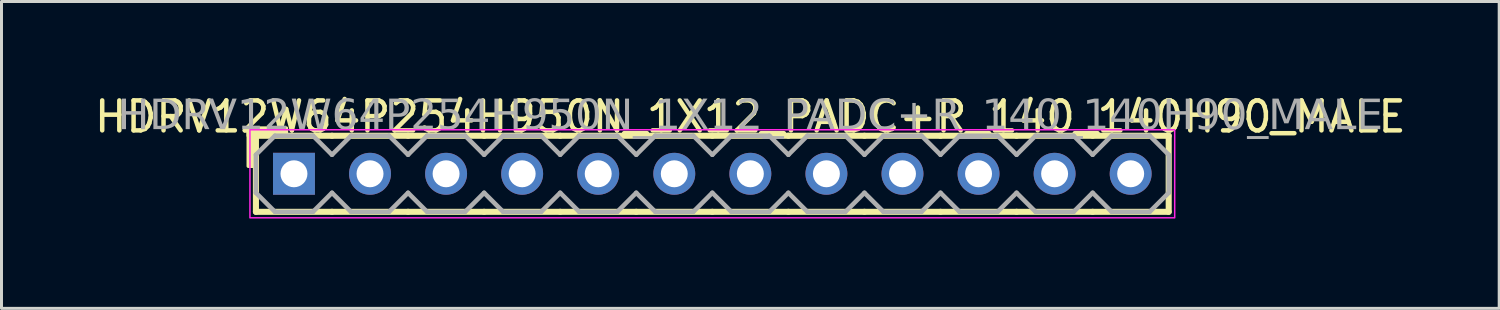
<source format=kicad_pcb>
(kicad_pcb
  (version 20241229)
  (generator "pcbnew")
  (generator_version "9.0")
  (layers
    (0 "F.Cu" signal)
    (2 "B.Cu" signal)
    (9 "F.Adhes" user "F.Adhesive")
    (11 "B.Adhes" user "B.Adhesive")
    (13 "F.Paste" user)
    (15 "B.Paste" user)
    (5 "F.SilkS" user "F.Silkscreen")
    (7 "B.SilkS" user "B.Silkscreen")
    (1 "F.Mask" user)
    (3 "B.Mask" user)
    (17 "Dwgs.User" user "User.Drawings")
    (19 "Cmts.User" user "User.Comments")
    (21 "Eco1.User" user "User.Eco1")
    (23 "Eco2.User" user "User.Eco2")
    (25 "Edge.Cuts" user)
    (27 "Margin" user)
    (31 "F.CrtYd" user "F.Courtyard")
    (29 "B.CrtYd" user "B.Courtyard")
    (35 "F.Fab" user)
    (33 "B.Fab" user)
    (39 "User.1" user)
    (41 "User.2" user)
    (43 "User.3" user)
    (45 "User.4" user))
  (footprint "HDRV12W64P254H950N_1X12_PADC+R_140_140H90_MALE"
    (layer "F.Cu")
    (at 20.736 2.753)
    (property "Reference" "HDRV12W64P254H950N_1X12_PADC+R_140_140H90_MALE" (at 1.27 -1.905 0) (layer "F.SilkS") (effects (font (size 1 1) (thickness 0.15))))
    (attr through_hole)
    (fp_line (start -15.24 1.27) (end -15.24 -1.27) (stroke (width 0.203) (type solid)) (layer "F.SilkS"))
    (fp_line (start -12.7 -1.27) (end -15.24 -1.27) (stroke (width 0.203) (type solid)) (layer "F.SilkS"))
    (fp_line (start -12.7 1.27) (end -15.24 1.27) (stroke (width 0.203) (type solid)) (layer "F.SilkS"))
    (fp_line (start -10.16 -1.27) (end -12.7 -1.27) (stroke (width 0.203) (type solid)) (layer "F.SilkS"))
    (fp_line (start -10.16 1.27) (end -12.7 1.27) (stroke (width 0.203) (type solid)) (layer "F.SilkS"))
    (fp_line (start -7.62 -1.27) (end -10.16 -1.27) (stroke (width 0.203) (type solid)) (layer "F.SilkS"))
    (fp_line (start -7.62 1.27) (end -10.16 1.27) (stroke (width 0.203) (type solid)) (layer "F.SilkS"))
    (fp_line (start -5.08 -1.27) (end -7.62 -1.27) (stroke (width 0.203) (type solid)) (layer "F.SilkS"))
    (fp_line (start -5.08 1.27) (end -7.62 1.27) (stroke (width 0.203) (type solid)) (layer "F.SilkS"))
    (fp_line (start -2.54 -1.27) (end -5.08 -1.27) (stroke (width 0.203) (type solid)) (layer "F.SilkS"))
    (fp_line (start -2.54 1.27) (end -5.08 1.27) (stroke (width 0.203) (type solid)) (layer "F.SilkS"))
    (fp_line (start 0 -1.27) (end -2.54 -1.27) (stroke (width 0.203) (type solid)) (layer "F.SilkS"))
    (fp_line (start 0 1.27) (end -2.54 1.27) (stroke (width 0.203) (type solid)) (layer "F.SilkS"))
    (fp_line (start 2.54 -1.27) (end 0 -1.27) (stroke (width 0.203) (type solid)) (layer "F.SilkS"))
    (fp_line (start 2.54 1.27) (end 0 1.27) (stroke (width 0.203) (type solid)) (layer "F.SilkS"))
    (fp_line (start 5.08 -1.27) (end 2.54 -1.27) (stroke (width 0.203) (type solid)) (layer "F.SilkS"))
    (fp_line (start 5.08 1.27) (end 2.54 1.27) (stroke (width 0.203) (type solid)) (layer "F.SilkS"))
    (fp_line (start 7.62 -1.27) (end 5.08 -1.27) (stroke (width 0.203) (type solid)) (layer "F.SilkS"))
    (fp_line (start 7.62 1.27) (end 5.08 1.27) (stroke (width 0.203) (type solid)) (layer "F.SilkS"))
    (fp_line (start 10.16 -1.27) (end 7.62 -1.27) (stroke (width 0.203) (type solid)) (layer "F.SilkS"))
    (fp_line (start 10.16 1.27) (end 7.62 1.27) (stroke (width 0.203) (type solid)) (layer "F.SilkS"))
    (fp_line (start 12.7 -1.27) (end 10.16 -1.27) (stroke (width 0.203) (type solid)) (layer "F.SilkS"))
    (fp_line (start 12.7 1.27) (end 10.16 1.27) (stroke (width 0.203) (type solid)) (layer "F.SilkS"))
    (fp_line (start 15.24 -1.27) (end 12.7 -1.27) (stroke (width 0.203) (type solid)) (layer "F.SilkS"))
    (fp_line (start 15.24 1.27) (end 12.7 1.27) (stroke (width 0.203) (type solid)) (layer "F.SilkS"))
    (fp_line (start 15.24 1.27) (end 15.24 -1.27) (stroke (width 0.203) (type solid)) (layer "F.SilkS"))
    (fp_rect (start -15.494 -0.254) (end -15.24 -1.524) (stroke (width 0.12) (type solid)) (fill yes) (layer "F.SilkS"))
    (fp_rect (start -14.224 -1.27) (end -15.494 -1.524) (stroke (width 0.12) (type solid)) (fill yes) (layer "F.SilkS"))
    (fp_rect (start -15.44 -1.47) (end 15.44 1.47) (stroke (width 0.05) (type default)) (fill no) (layer "F.CrtYd"))
    (fp_line (start -15.24 -0.635) (end -15.24 0.635) (stroke (width 0.152) (type solid)) (layer "F.Fab"))
    (fp_line (start -15.24 -0.635) (end -14.605 -1.27) (stroke (width 0.152) (type solid)) (layer "F.Fab"))
    (fp_line (start -14.605 -1.27) (end -13.335 -1.27) (stroke (width 0.152) (type solid)) (layer "F.Fab"))
    (fp_line (start -14.605 1.27) (end -15.24 0.635) (stroke (width 0.152) (type solid)) (layer "F.Fab"))
    (fp_line (start -13.335 -1.27) (end -12.7 -0.635) (stroke (width 0.152) (type solid)) (layer "F.Fab"))
    (fp_line (start -13.335 1.27) (end -14.605 1.27) (stroke (width 0.152) (type solid)) (layer "F.Fab"))
    (fp_line (start -12.7 -0.635) (end -12.065 -1.27) (stroke (width 0.152) (type solid)) (layer "F.Fab"))
    (fp_line (start -12.7 0.635) (end -13.335 1.27) (stroke (width 0.152) (type solid)) (layer "F.Fab"))
    (fp_line (start -12.065 -1.27) (end -10.795 -1.27) (stroke (width 0.152) (type solid)) (layer "F.Fab"))
    (fp_line (start -12.065 1.27) (end -12.7 0.635) (stroke (width 0.152) (type solid)) (layer "F.Fab"))
    (fp_line (start -10.795 -1.27) (end -10.16 -0.635) (stroke (width 0.152) (type solid)) (layer "F.Fab"))
    (fp_line (start -10.795 1.27) (end -12.065 1.27) (stroke (width 0.152) (type solid)) (layer "F.Fab"))
    (fp_line (start -10.16 -0.635) (end -9.525 -1.27) (stroke (width 0.152) (type solid)) (layer "F.Fab"))
    (fp_line (start -10.16 0.635) (end -10.795 1.27) (stroke (width 0.152) (type solid)) (layer "F.Fab"))
    (fp_line (start -9.525 -1.27) (end -8.255 -1.27) (stroke (width 0.152) (type solid)) (layer "F.Fab"))
    (fp_line (start -9.525 1.27) (end -10.16 0.635) (stroke (width 0.152) (type solid)) (layer "F.Fab"))
    (fp_line (start -8.255 -1.27) (end -7.62 -0.635) (stroke (width 0.152) (type solid)) (layer "F.Fab"))
    (fp_line (start -8.255 1.27) (end -9.525 1.27) (stroke (width 0.152) (type solid)) (layer "F.Fab"))
    (fp_line (start -7.62 -0.635) (end -6.985 -1.27) (stroke (width 0.152) (type solid)) (layer "F.Fab"))
    (fp_line (start -7.62 0.635) (end -8.255 1.27) (stroke (width 0.152) (type solid)) (layer "F.Fab"))
    (fp_line (start -6.985 -1.27) (end -5.715 -1.27) (stroke (width 0.152) (type solid)) (layer "F.Fab"))
    (fp_line (start -6.985 1.27) (end -7.62 0.635) (stroke (width 0.152) (type solid)) (layer "F.Fab"))
    (fp_line (start -5.715 -1.27) (end -5.08 -0.635) (stroke (width 0.152) (type solid)) (layer "F.Fab"))
    (fp_line (start -5.715 1.27) (end -6.985 1.27) (stroke (width 0.152) (type solid)) (layer "F.Fab"))
    (fp_line (start -5.08 -0.635) (end -4.445 -1.27) (stroke (width 0.152) (type solid)) (layer "F.Fab"))
    (fp_line (start -5.08 0.635) (end -5.715 1.27) (stroke (width 0.152) (type solid)) (layer "F.Fab"))
    (fp_line (start -4.445 -1.27) (end -3.175 -1.27) (stroke (width 0.152) (type solid)) (layer "F.Fab"))
    (fp_line (start -4.445 1.27) (end -5.08 0.635) (stroke (width 0.152) (type solid)) (layer "F.Fab"))
    (fp_line (start -3.175 -1.27) (end -2.54 -0.635) (stroke (width 0.152) (type solid)) (layer "F.Fab"))
    (fp_line (start -3.175 1.27) (end -4.445 1.27) (stroke (width 0.152) (type solid)) (layer "F.Fab"))
    (fp_line (start -2.54 -0.635) (end -1.905 -1.27) (stroke (width 0.152) (type solid)) (layer "F.Fab"))
    (fp_line (start -2.54 0.635) (end -3.175 1.27) (stroke (width 0.152) (type solid)) (layer "F.Fab"))
    (fp_line (start -1.905 -1.27) (end -0.635 -1.27) (stroke (width 0.152) (type solid)) (layer "F.Fab"))
    (fp_line (start -1.905 1.27) (end -2.54 0.635) (stroke (width 0.152) (type solid)) (layer "F.Fab"))
    (fp_line (start -0.635 -1.27) (end 0 -0.635) (stroke (width 0.152) (type solid)) (layer "F.Fab"))
    (fp_line (start -0.635 1.27) (end -1.905 1.27) (stroke (width 0.152) (type solid)) (layer "F.Fab"))
    (fp_line (start 0 -0.635) (end 0.635 -1.27) (stroke (width 0.152) (type solid)) (layer "F.Fab"))
    (fp_line (start 0 0.635) (end -0.635 1.27) (stroke (width 0.152) (type solid)) (layer "F.Fab"))
    (fp_line (start 0.635 -1.27) (end 1.905 -1.27) (stroke (width 0.152) (type solid)) (layer "F.Fab"))
    (fp_line (start 0.635 1.27) (end 0 0.635) (stroke (width 0.152) (type solid)) (layer "F.Fab"))
    (fp_line (start 1.905 -1.27) (end 2.54 -0.635) (stroke (width 0.152) (type solid)) (layer "F.Fab"))
    (fp_line (start 1.905 1.27) (end 0.635 1.27) (stroke (width 0.152) (type solid)) (layer "F.Fab"))
    (fp_line (start 2.54 -0.635) (end 3.175 -1.27) (stroke (width 0.152) (type solid)) (layer "F.Fab"))
    (fp_line (start 2.54 0.635) (end 1.905 1.27) (stroke (width 0.152) (type solid)) (layer "F.Fab"))
    (fp_line (start 3.175 -1.27) (end 4.445 -1.27) (stroke (width 0.152) (type solid)) (layer "F.Fab"))
    (fp_line (start 3.175 1.27) (end 2.54 0.635) (stroke (width 0.152) (type solid)) (layer "F.Fab"))
    (fp_line (start 4.445 -1.27) (end 5.08 -0.635) (stroke (width 0.152) (type solid)) (layer "F.Fab"))
    (fp_line (start 4.445 1.27) (end 3.175 1.27) (stroke (width 0.152) (type solid)) (layer "F.Fab"))
    (fp_line (start 5.08 -0.635) (end 5.715 -1.27) (stroke (width 0.152) (type solid)) (layer "F.Fab"))
    (fp_line (start 5.08 0.635) (end 4.445 1.27) (stroke (width 0.152) (type solid)) (layer "F.Fab"))
    (fp_line (start 5.715 -1.27) (end 6.985 -1.27) (stroke (width 0.152) (type solid)) (layer "F.Fab"))
    (fp_line (start 5.715 1.27) (end 5.08 0.635) (stroke (width 0.152) (type solid)) (layer "F.Fab"))
    (fp_line (start 6.985 -1.27) (end 7.62 -0.635) (stroke (width 0.152) (type solid)) (layer "F.Fab"))
    (fp_line (start 6.985 1.27) (end 5.715 1.27) (stroke (width 0.152) (type solid)) (layer "F.Fab"))
    (fp_line (start 7.62 -0.635) (end 8.255 -1.27) (stroke (width 0.152) (type solid)) (layer "F.Fab"))
    (fp_line (start 7.62 0.635) (end 6.985 1.27) (stroke (width 0.152) (type solid)) (layer "F.Fab"))
    (fp_line (start 8.255 -1.27) (end 9.525 -1.27) (stroke (width 0.152) (type solid)) (layer "F.Fab"))
    (fp_line (start 8.255 1.27) (end 7.62 0.635) (stroke (width 0.152) (type solid)) (layer "F.Fab"))
    (fp_line (start 9.525 -1.27) (end 10.16 -0.635) (stroke (width 0.152) (type solid)) (layer "F.Fab"))
    (fp_line (start 9.525 1.27) (end 8.255 1.27) (stroke (width 0.152) (type solid)) (layer "F.Fab"))
    (fp_line (start 10.16 -0.635) (end 10.795 -1.27) (stroke (width 0.152) (type solid)) (layer "F.Fab"))
    (fp_line (start 10.16 0.635) (end 9.525 1.27) (stroke (width 0.152) (type solid)) (layer "F.Fab"))
    (fp_line (start 10.795 -1.27) (end 12.065 -1.27) (stroke (width 0.152) (type solid)) (layer "F.Fab"))
    (fp_line (start 10.795 1.27) (end 10.16 0.635) (stroke (width 0.152) (type solid)) (layer "F.Fab"))
    (fp_line (start 12.065 -1.27) (end 12.7 -0.635) (stroke (width 0.152) (type solid)) (layer "F.Fab"))
    (fp_line (start 12.065 1.27) (end 10.795 1.27) (stroke (width 0.152) (type solid)) (layer "F.Fab"))
    (fp_line (start 12.7 -0.635) (end 13.335 -1.27) (stroke (width 0.152) (type solid)) (layer "F.Fab"))
    (fp_line (start 12.7 0.635) (end 12.065 1.27) (stroke (width 0.152) (type solid)) (layer "F.Fab"))
    (fp_line (start 13.335 -1.27) (end 14.605 -1.27) (stroke (width 0.152) (type solid)) (layer "F.Fab"))
    (fp_line (start 13.335 1.27) (end 12.7 0.635) (stroke (width 0.152) (type solid)) (layer "F.Fab"))
    (fp_line (start 14.605 -1.27) (end 15.24 -0.635) (stroke (width 0.152) (type solid)) (layer "F.Fab"))
    (fp_line (start 14.605 1.27) (end 13.335 1.27) (stroke (width 0.152) (type solid)) (layer "F.Fab"))
    (fp_line (start 15.24 -0.635) (end 15.24 0.635) (stroke (width 0.152) (type solid)) (layer "F.Fab"))
    (fp_line (start 15.24 0.635) (end 14.605 1.27) (stroke (width 0.152) (type solid)) (layer "F.Fab"))
    (fp_rect (start -13.716 -0.254) (end -14.224 0.254) (stroke (width 0.152) (type solid)) (fill no) (layer "F.Fab"))
    (fp_rect (start -11.176 -0.254) (end -11.684 0.254) (stroke (width 0.152) (type solid)) (fill no) (layer "F.Fab"))
    (fp_rect (start -8.636 -0.254) (end -9.144 0.254) (stroke (width 0.152) (type solid)) (fill no) (layer "F.Fab"))
    (fp_rect (start -6.096 -0.254) (end -6.604 0.254) (stroke (width 0.152) (type solid)) (fill no) (layer "F.Fab"))
    (fp_rect (start -3.556 -0.254) (end -4.064 0.254) (stroke (width 0.152) (type solid)) (fill no) (layer "F.Fab"))
    (fp_rect (start -1.016 -0.254) (end -1.524 0.254) (stroke (width 0.152) (type solid)) (fill no) (layer "F.Fab"))
    (fp_rect (start 1.524 -0.254) (end 1.016 0.254) (stroke (width 0.152) (type solid)) (fill no) (layer "F.Fab"))
    (fp_rect (start 4.064 -0.254) (end 3.556 0.254) (stroke (width 0.152) (type solid)) (fill no) (layer "F.Fab"))
    (fp_rect (start 6.604 -0.254) (end 6.096 0.254) (stroke (width 0.152) (type solid)) (fill no) (layer "F.Fab"))
    (fp_rect (start 9.144 -0.254) (end 8.636 0.254) (stroke (width 0.152) (type solid)) (fill no) (layer "F.Fab"))
    (fp_rect (start 11.684 -0.254) (end 11.176 0.254) (stroke (width 0.152) (type solid)) (fill no) (layer "F.Fab"))
    (fp_rect (start 14.224 -0.254) (end 13.716 0.254) (stroke (width 0.152) (type solid)) (fill no) (layer "F.Fab"))
    (fp_text user "${REFERENCE}" (at 1.27 -1.905 0) (layer "F.Fab") (effects (font (face "Tahoma") (size 1 1) (thickness 0.15))))
    (pad "1" thru_hole rect (at -13.97 0) (size 1.4 1.4) (drill 0.9) (layers "*.Cu" "*.Mask"))
    (pad "2" thru_hole circle (at -11.43 0) (size 1.4 1.4) (drill 0.9) (layers "*.Cu" "*.Mask"))
    (pad "3" thru_hole circle (at -8.89 0) (size 1.4 1.4) (drill 0.9) (layers "*.Cu" "*.Mask"))
    (pad "4" thru_hole circle (at -6.35 0) (size 1.4 1.4) (drill 0.9) (layers "*.Cu" "*.Mask"))
    (pad "5" thru_hole circle (at -3.81 0) (size 1.4 1.4) (drill 0.9) (layers "*.Cu" "*.Mask"))
    (pad "6" thru_hole circle (at -1.27 0) (size 1.4 1.4) (drill 0.9) (layers "*.Cu" "*.Mask"))
    (pad "7" thru_hole circle (at 1.27 0) (size 1.4 1.4) (drill 0.9) (layers "*.Cu" "*.Mask"))
    (pad "8" thru_hole circle (at 3.81 0) (size 1.4 1.4) (drill 0.9) (layers "*.Cu" "*.Mask"))
    (pad "9" thru_hole circle (at 6.35 0) (size 1.4 1.4) (drill 0.9) (layers "*.Cu" "*.Mask"))
    (pad "10" thru_hole circle (at 8.89 0) (size 1.4 1.4) (drill 0.9) (layers "*.Cu" "*.Mask"))
    (pad "11" thru_hole circle (at 11.43 0) (size 1.4 1.4) (drill 0.9) (layers "*.Cu" "*.Mask"))
    (pad "12" thru_hole circle (at 13.97 0) (size 1.4 1.4) (drill 0.9) (layers "*.Cu" "*.Mask")))
  (gr_rect
    (start -3 -3)
    (end 47.012 7.248)
    (stroke (width 0.1) (type default))
    (fill no)
    (layer "Edge.Cuts")))
</source>
